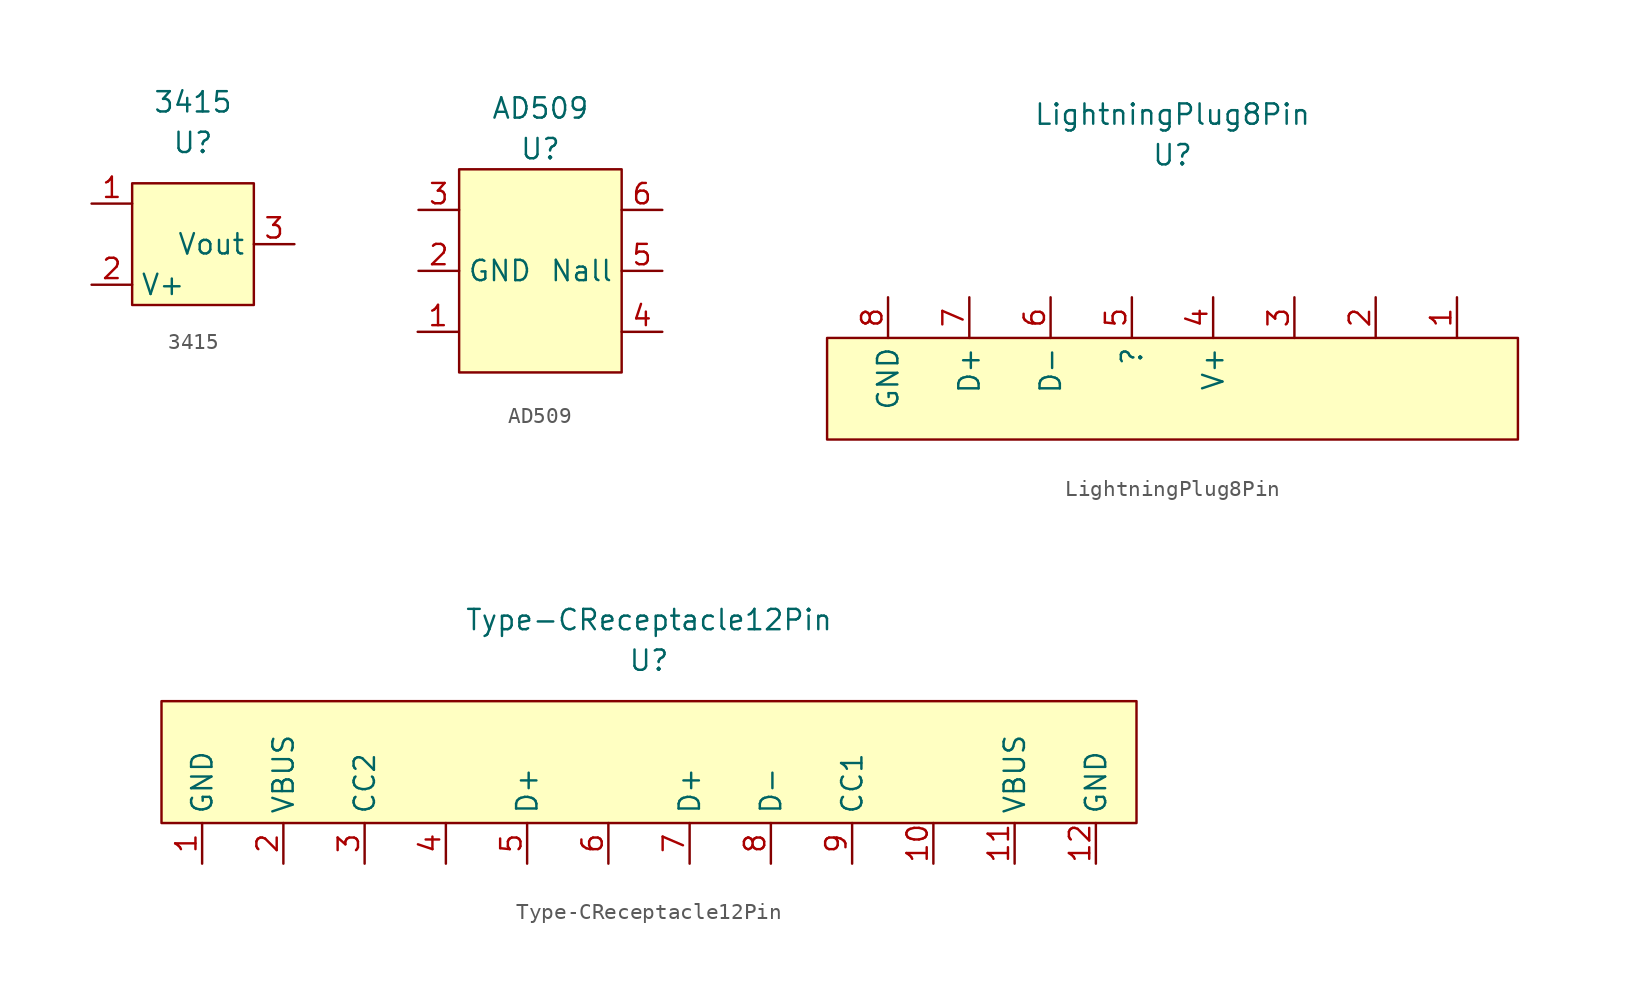
<source format=kicad_sym>
(kicad_symbol_lib
  (version 20211014)
  (generator kicad_symbol_editor)
  (symbol "3415"
    (property "Reference" "U"
      (at 0 0 0)
      (effects (font (size 1.27 1.27))))
    (property "Value" "3415"
      (at 0 2.54 0)
      (effects (font (size 1.27 1.27))))
    (symbol "3415_0_1"
      (rectangle (start -3.81 -2.54) (end 3.81 -10.16) (stroke (width 0) (type default) (color 0 0 0 0)) (fill (type background))))
    (symbol "3415_1_1"
      (pin input line (at -6.35 -3.81 0) (length 2.54) (name "" (effects (font (size 1.27 1.27)))) (number "1" (effects (font (size 1.27 1.27)))))
      (pin input line (at -6.35 -8.89 0) (length 2.54) (name "V+" (effects (font (size 1.27 1.27)))) (number "2" (effects (font (size 1.27 1.27)))))
      (pin input line (at 6.35 -6.35 180) (length 2.54) (name "Vout" (effects (font (size 1.27 1.27)))) (number "3" (effects (font (size 1.27 1.27)))))))
  (symbol "AD509"
    (property "Reference" "U"
      (at 0 -1.27 0)
      (effects (font (size 1.27 1.27))))
    (property "Value" "AD509"
      (at 0 1.27 0)
      (effects (font (size 1.27 1.27))))
    (symbol "AD509_0_1"
      (rectangle (start 5.08 -2.54) (end -5.08 -15.24) (stroke (width 0) (type default) (color 0 0 0 0)) (fill (type background))))
    (symbol "AD509_1_1"
      (pin input line (at -7.67 -12.7 0) (length 2.54) (name "" (effects (font (size 1.27 1.27)))) (number "1" (effects (font (size 1.27 1.27)))))
      (pin input line (at -7.62 -8.89 0) (length 2.54) (name "GND" (effects (font (size 1.27 1.27)))) (number "2" (effects (font (size 1.27 1.27)))))
      (pin input line (at -7.62 -5.08 0) (length 2.54) (name "" (effects (font (size 1.27 1.27)))) (number "3" (effects (font (size 1.27 1.27)))))
      (pin input line (at 7.62 -12.7 180) (length 2.54) (name "" (effects (font (size 1.27 1.27)))) (number "4" (effects (font (size 1.27 1.27)))))
      (pin input line (at 7.62 -8.89 180) (length 2.54) (name "Nall" (effects (font (size 1.27 1.27)))) (number "5" (effects (font (size 1.27 1.27)))))
      (pin input line (at 7.62 -5.08 180) (length 2.54) (name "" (effects (font (size 1.27 1.27)))) (number "6" (effects (font (size 1.27 1.27)))))))
  (symbol "LightningPlug8Pin"
    (property "Reference" "U"
      (at 0 0 0)
      (effects (font (size 1.27 1.27))))
    (property "Value" "LightningPlug8Pin"
      (at 0 2.54 0)
      (effects (font (size 1.27 1.27))))
    (symbol "LightningPlug8Pin_0_1"
      (rectangle (start -21.59 -11.43) (end 21.59 -17.78) (stroke (width 0) (type default) (color 0 0 0 0)) (fill (type background))))
    (symbol "LightningPlug8Pin_1_1"
      (pin input line (at 17.78 -8.89 270) (length 2.54) (name "" (effects (font (size 1.27 1.27)))) (number "1" (effects (font (size 1.27 1.27)))))
      (pin input line (at 12.7 -8.89 270) (length 2.54) (name "" (effects (font (size 1.27 1.27)))) (number "2" (effects (font (size 1.27 1.27)))))
      (pin input line (at 7.62 -8.89 270) (length 2.54) (name "" (effects (font (size 1.27 1.27)))) (number "3" (effects (font (size 1.27 1.27)))))
      (pin input line (at 2.54 -8.89 270) (length 2.54) (name "V+" (effects (font (size 1.27 1.27)))) (number "4" (effects (font (size 1.27 1.27)))))
      (pin input line (at -2.54 -8.89 270) (length 2.54) (name "?" (effects (font (size 1.27 1.27)))) (number "5" (effects (font (size 1.27 1.27)))))
      (pin input line (at -7.62 -8.89 270) (length 2.54) (name "D-" (effects (font (size 1.27 1.27)))) (number "6" (effects (font (size 1.27 1.27)))))
      (pin input line (at -12.7 -8.89 270) (length 2.54) (name "D+" (effects (font (size 1.27 1.27)))) (number "7" (effects (font (size 1.27 1.27)))))
      (pin input line (at -17.78 -8.89 270) (length 2.54) (name "GND" (effects (font (size 1.27 1.27)))) (number "8" (effects (font (size 1.27 1.27)))))))
  (symbol "Type-CReceptacle12Pin"
    (property "Reference" "U"
      (at 0 0 0)
      (effects (font (size 1.27 1.27))))
    (property "Value" "Type-CReceptacle12Pin"
      (at 0 2.54 0)
      (effects (font (size 1.27 1.27))))
    (symbol "Type-CReceptacle12Pin_0_1"
      (rectangle (start 30.48 -10.16) (end -30.48 -2.54) (stroke (width 0) (type default) (color 0 0 0 0)) (fill (type background))))
    (symbol "Type-CReceptacle12Pin_1_1"
      (pin input line (at -27.94 -12.7 90) (length 2.54) (name "GND" (effects (font (size 1.27 1.27)))) (number "1" (effects (font (size 1.27 1.27)))))
      (pin input line (at 17.78 -12.7 90) (length 2.54) (name "" (effects (font (size 1.27 1.27)))) (number "10" (effects (font (size 1.27 1.27)))))
      (pin input line (at 22.86 -12.7 90) (length 2.54) (name "VBUS" (effects (font (size 1.27 1.27)))) (number "11" (effects (font (size 1.27 1.27)))))
      (pin input line (at 27.94 -12.7 90) (length 2.54) (name "GND" (effects (font (size 1.27 1.27)))) (number "12" (effects (font (size 1.27 1.27)))))
      (pin input line (at -22.86 -12.7 90) (length 2.54) (name "VBUS" (effects (font (size 1.27 1.27)))) (number "2" (effects (font (size 1.27 1.27)))))
      (pin input line (at -17.78 -12.7 90) (length 2.54) (name "CC2" (effects (font (size 1.27 1.27)))) (number "3" (effects (font (size 1.27 1.27)))))
      (pin input line (at -12.7 -12.7 90) (length 2.54) (name "" (effects (font (size 1.27 1.27)))) (number "4" (effects (font (size 1.27 1.27)))))
      (pin input line (at -7.62 -12.7 90) (length 2.54) (name "D+" (effects (font (size 1.27 1.27)))) (number "5" (effects (font (size 1.27 1.27)))))
      (pin input line (at -2.54 -12.7 90) (length 2.54) (name "" (effects (font (size 1.27 1.27)))) (number "6" (effects (font (size 1.27 1.27)))))
      (pin input line (at 2.54 -12.7 90) (length 2.54) (name "D+" (effects (font (size 1.27 1.27)))) (number "7" (effects (font (size 1.27 1.27)))))
      (pin input line (at 7.62 -12.7 90) (length 2.54) (name "D-" (effects (font (size 1.27 1.27)))) (number "8" (effects (font (size 1.27 1.27)))))
      (pin input line (at 12.7 -12.7 90) (length 2.54) (name "CC1" (effects (font (size 1.27 1.27)))) (number "9" (effects (font (size 1.27 1.27))))))))
</source>
